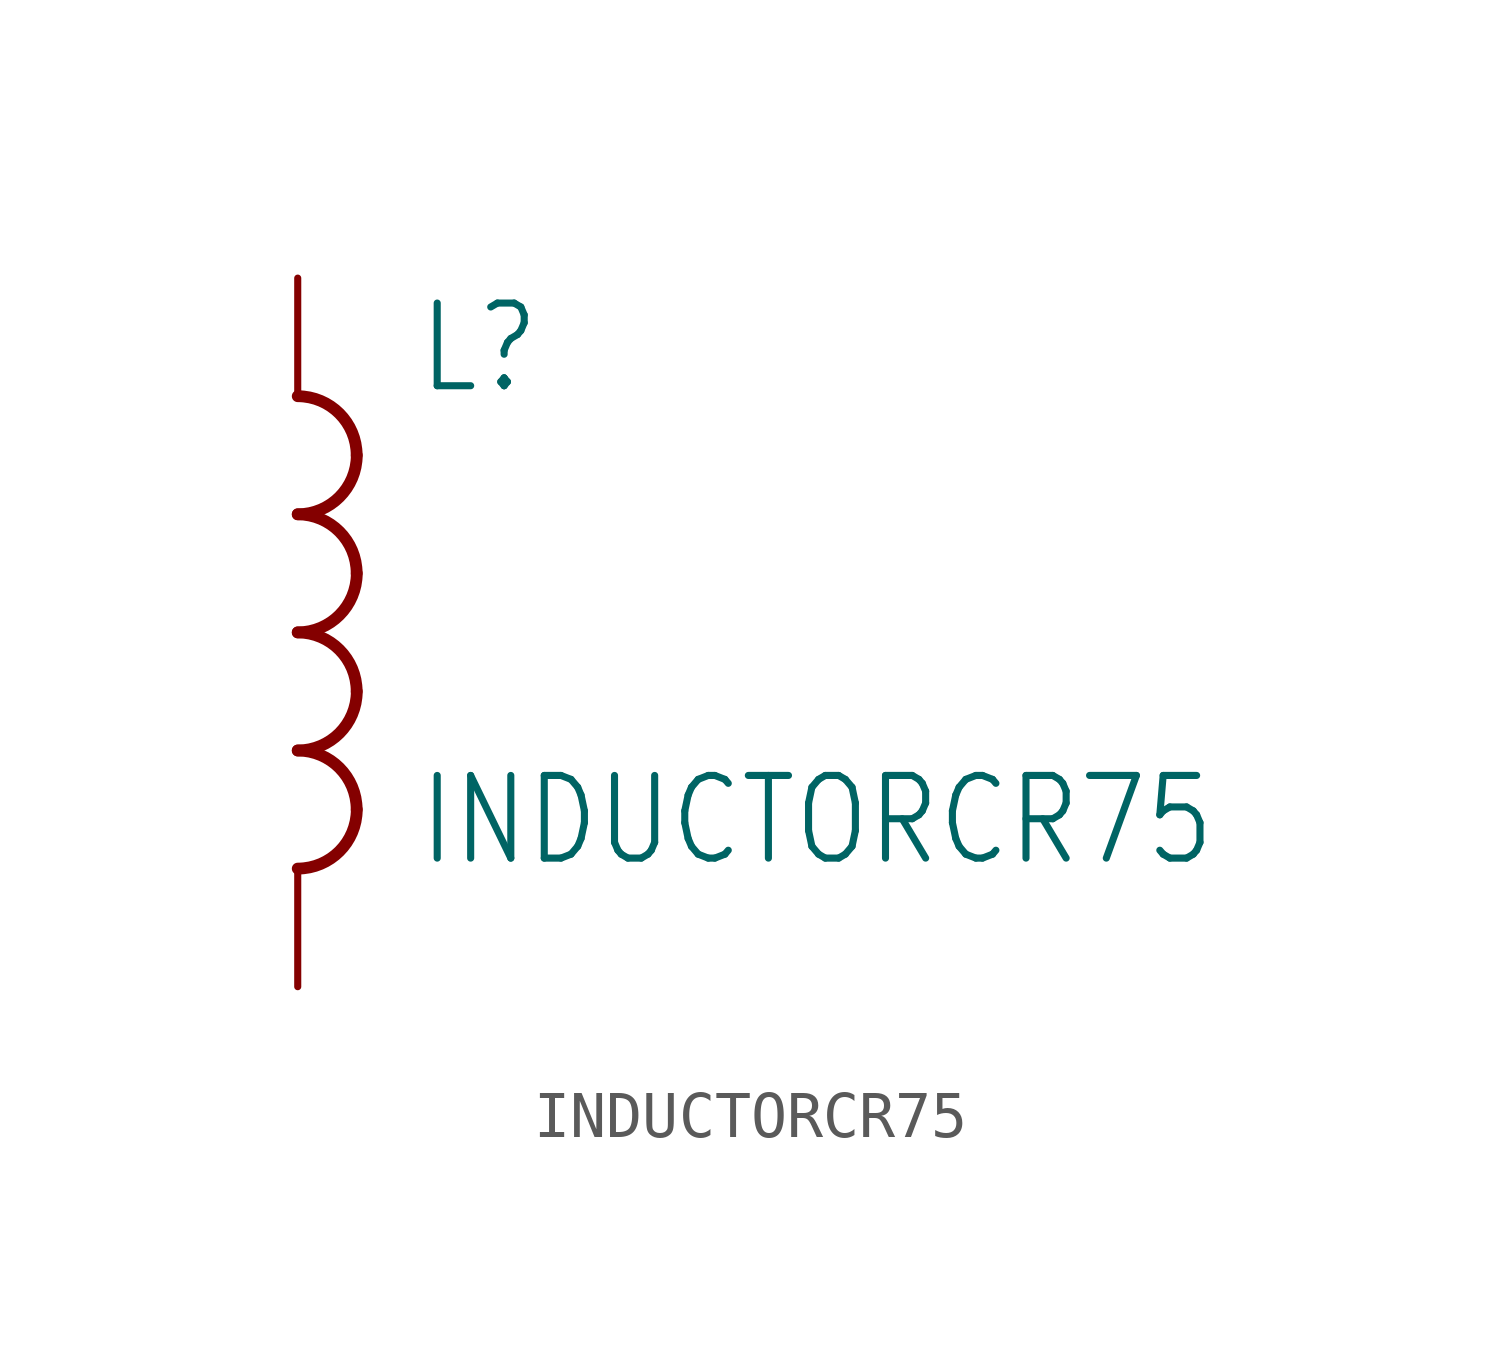
<source format=kicad_sym>
(kicad_symbol_lib
  (version 20211014)
  (generator kicad_symbol_editor)
  (symbol "INDUCTORCR75"
    (property "Reference" "L"
      (at 2.54 5.08 0)
      (effects (font (size 1.778 1.511)) (justify left bottom)))
    (property "Value" "INDUCTORCR75"
      (at 2.54 -5.08 0)
      (effects (font (size 1.778 1.511)) (justify left bottom)))
    (property "ki_locked" ""
      (at 0 0 0)
      (effects (font (size 1.27 1.27))))
    (symbol "INDUCTORCR75_1_0"
      (arc (start 0 -5.08) (mid 0.898 -4.708) (end 1.27 -3.81) (stroke (width 0.254) (type default) (color 0 0 0 0)) (fill (type none)))
      (arc (start 0 -2.54) (mid 0.898 -2.168) (end 1.27 -1.27) (stroke (width 0.254) (type default) (color 0 0 0 0)) (fill (type none)))
      (arc (start 0 0) (mid 0.898 0.372) (end 1.27 1.27) (stroke (width 0.254) (type default) (color 0 0 0 0)) (fill (type none)))
      (arc (start 0 2.54) (mid 0.898 2.912) (end 1.27 3.81) (stroke (width 0.254) (type default) (color 0 0 0 0)) (fill (type none)))
      (arc (start 1.27 -3.81) (mid 0.898 -2.912) (end 0 -2.54) (stroke (width 0.254) (type default) (color 0 0 0 0)) (fill (type none)))
      (arc (start 1.27 -1.27) (mid 0.898 -0.372) (end 0 0) (stroke (width 0.254) (type default) (color 0 0 0 0)) (fill (type none)))
      (arc (start 1.27 1.27) (mid 0.898 2.168) (end 0 2.54) (stroke (width 0.254) (type default) (color 0 0 0 0)) (fill (type none)))
      (arc (start 1.27 3.81) (mid 0.898 4.708) (end 0 5.08) (stroke (width 0.254) (type default) (color 0 0 0 0)) (fill (type none)))
      (pin passive line (at 0 7.62 270) (length 2.54) (name "1" (effects (font (size 0 0)))) (number "P$1" (effects (font (size 0 0)))))
      (pin passive line (at 0 -7.62 90) (length 2.54) (name "2" (effects (font (size 0 0)))) (number "P$2" (effects (font (size 0 0))))))))
</source>
